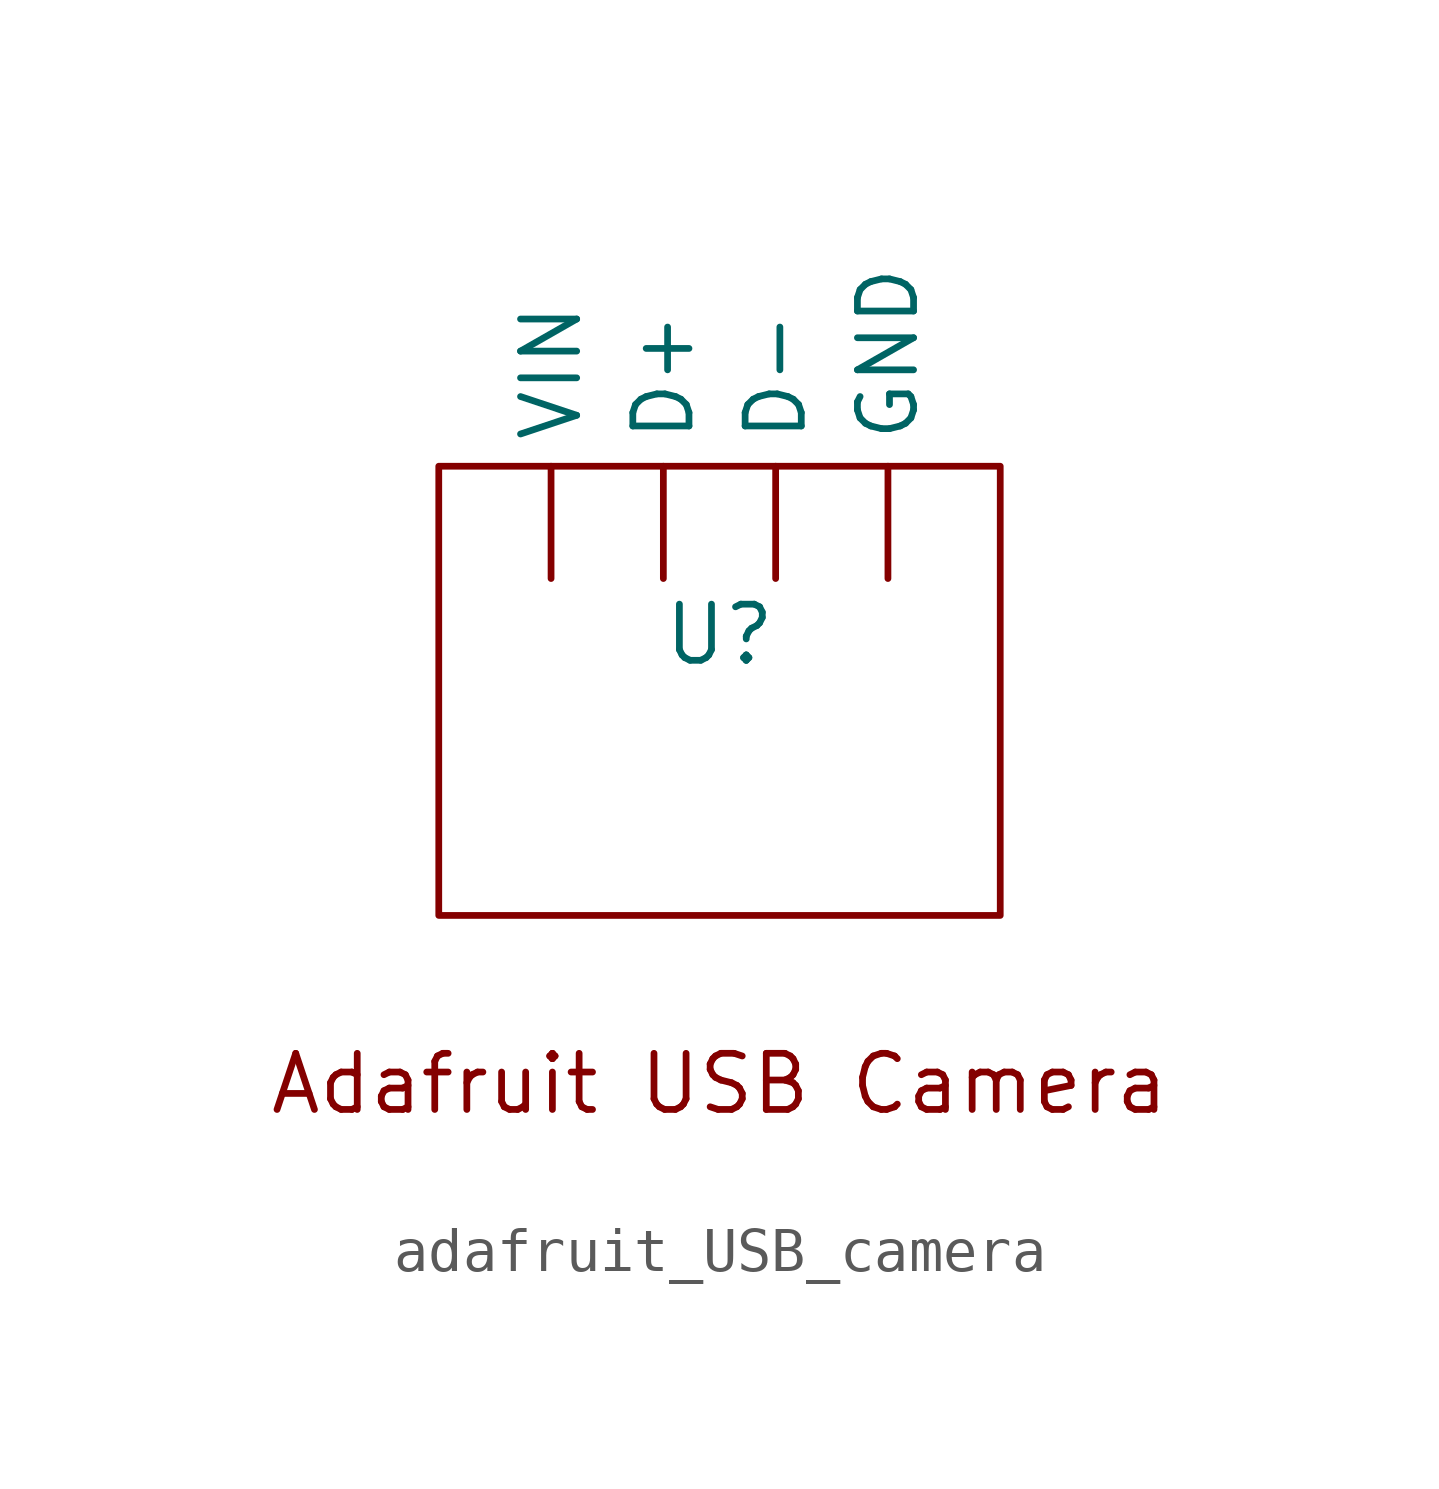
<source format=kicad_sym>
(kicad_symbol_lib
  (version 20220914)
  (generator kicad_symbol_editor)
  (symbol "adafruit_USB_camera"
    (property "Reference" "U"
      (at 0 0 0)
      (effects (font (size 1.27 1.27))))
    (property "Value" ""
      (at 0 0 0)
      (effects (font (size 1.27 1.27))))
    (symbol "adafruit_USB_camera_0_1"
      (rectangle (start -6.35 3.81) (end 6.35 -6.35) (stroke (width 0) (type default)) (fill (type none))))
    (symbol "adafruit_USB_camera_1_1"
      (text "Adafruit USB Camera\n" (at 0 -10.16 0) (effects (font (size 1.27 1.27))))
      (pin output line (at -1.27 1.27 90) (length 2.54) (name "D+" (effects (font (size 1.27 1.27)))) (number "" (effects (font (size 1.27 1.27)))))
      (pin input line (at 1.27 1.27 90) (length 2.54) (name "D-" (effects (font (size 1.27 1.27)))) (number "" (effects (font (size 1.27 1.27)))))
      (pin passive line (at 3.81 1.27 90) (length 2.54) (name "GND" (effects (font (size 1.27 1.27)))) (number "" (effects (font (size 1.27 1.27)))))
      (pin power_in line (at -3.81 1.27 90) (length 2.54) (name "VIN" (effects (font (size 1.27 1.27)))) (number "" (effects (font (size 1.27 1.27))))))))
</source>
